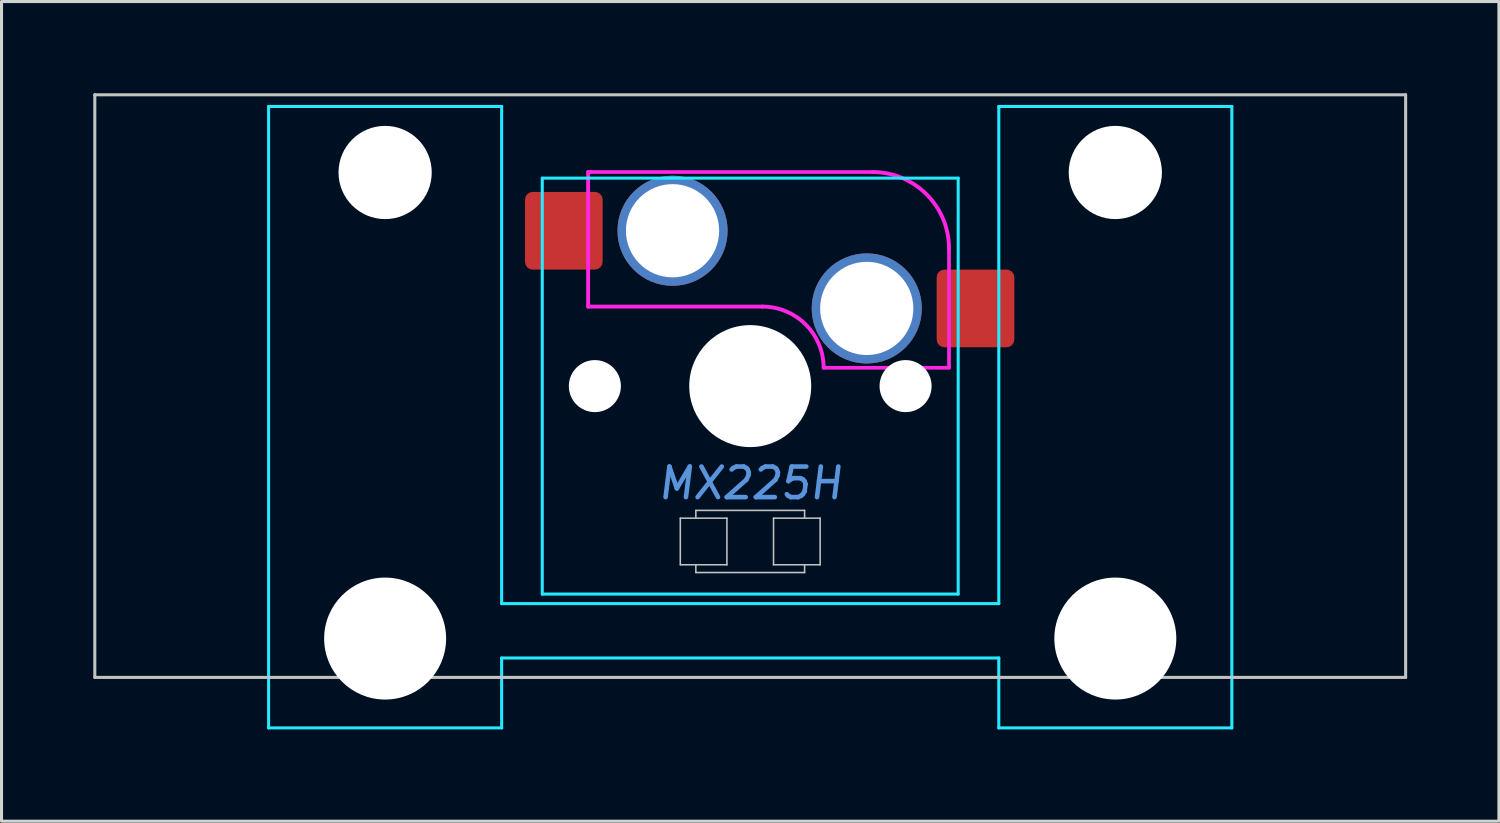
<source format=kicad_pcb>
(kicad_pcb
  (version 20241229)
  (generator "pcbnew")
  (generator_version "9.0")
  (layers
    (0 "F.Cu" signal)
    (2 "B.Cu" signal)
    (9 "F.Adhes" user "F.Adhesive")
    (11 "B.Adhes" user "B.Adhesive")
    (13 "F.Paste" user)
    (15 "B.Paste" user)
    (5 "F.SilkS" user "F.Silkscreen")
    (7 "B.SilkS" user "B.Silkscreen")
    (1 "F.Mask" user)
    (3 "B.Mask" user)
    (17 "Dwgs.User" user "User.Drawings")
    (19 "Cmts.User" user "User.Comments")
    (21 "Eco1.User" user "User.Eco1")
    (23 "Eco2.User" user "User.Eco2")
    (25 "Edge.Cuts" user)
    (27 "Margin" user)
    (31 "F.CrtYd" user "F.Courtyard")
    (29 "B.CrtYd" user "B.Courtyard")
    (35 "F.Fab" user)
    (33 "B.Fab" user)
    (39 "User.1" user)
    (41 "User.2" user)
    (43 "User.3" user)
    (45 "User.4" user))
  (footprint "MX225H"
    (layer "F.Cu")
    (at 21.481 9.575)
    (property "Reference" "MX225H" (at 0 3.175 0) (layer "Cmts.User") (effects (font (size 1 1) (thickness 0.15) (italic yes))))
    (attr smd)
    (fp_line (start -21.431 -9.525) (end -21.431 9.525) (stroke (width 0.1) (type solid)) (layer "Dwgs.User"))
    (fp_line (start -21.431 -9.525) (end 21.431 -9.525) (stroke (width 0.1) (type solid)) (layer "Dwgs.User"))
    (fp_line (start -21.431 9.525) (end 21.431 9.525) (stroke (width 0.1) (type solid)) (layer "Dwgs.User"))
    (fp_line (start -2.286 4.318) (end -0.762 4.318) (stroke (width 0.051) (type solid)) (layer "Dwgs.User"))
    (fp_line (start -2.286 5.842) (end -2.286 4.318) (stroke (width 0.051) (type solid)) (layer "Dwgs.User"))
    (fp_line (start -1.778 4.064) (end 1.778 4.064) (stroke (width 0.051) (type solid)) (layer "Dwgs.User"))
    (fp_line (start -1.778 4.318) (end -1.778 4.064) (stroke (width 0.051) (type solid)) (layer "Dwgs.User"))
    (fp_line (start -1.778 6.096) (end -1.778 5.842) (stroke (width 0.051) (type solid)) (layer "Dwgs.User"))
    (fp_line (start -0.762 4.318) (end -0.762 5.842) (stroke (width 0.051) (type solid)) (layer "Dwgs.User"))
    (fp_line (start -0.762 5.842) (end -2.286 5.842) (stroke (width 0.051) (type solid)) (layer "Dwgs.User"))
    (fp_line (start 0.762 4.318) (end 2.286 4.318) (stroke (width 0.051) (type solid)) (layer "Dwgs.User"))
    (fp_line (start 0.762 5.842) (end 0.762 4.318) (stroke (width 0.051) (type solid)) (layer "Dwgs.User"))
    (fp_line (start 1.778 4.064) (end 1.778 4.318) (stroke (width 0.051) (type solid)) (layer "Dwgs.User"))
    (fp_line (start 1.778 5.842) (end 1.778 6.096) (stroke (width 0.051) (type solid)) (layer "Dwgs.User"))
    (fp_line (start 1.778 6.096) (end -1.778 6.096) (stroke (width 0.051) (type solid)) (layer "Dwgs.User"))
    (fp_line (start 2.286 4.318) (end 2.286 5.842) (stroke (width 0.051) (type solid)) (layer "Dwgs.User"))
    (fp_line (start 2.286 5.842) (end 0.762 5.842) (stroke (width 0.051) (type solid)) (layer "Dwgs.User"))
    (fp_line (start 21.431 -9.525) (end 21.431 9.525) (stroke (width 0.1) (type solid)) (layer "Dwgs.User"))
    (fp_line (start -15.438 -5.485) (end -15.438 8.515) (stroke (width 0.1) (type solid)) (layer "Eco1.User"))
    (fp_line (start -14.938 -5.985) (end -8.938 -5.985) (stroke (width 0.1) (type solid)) (layer "Eco1.User"))
    (fp_line (start -8.938 9.015) (end -14.938 9.015) (stroke (width 0.1) (type solid)) (layer "Eco1.User"))
    (fp_line (start -8.438 8.515) (end -8.438 -5.485) (stroke (width 0.1) (type solid)) (layer "Eco1.User"))
    (fp_line (start -7 -6.5) (end -7 6.5) (stroke (width 0.1) (type solid)) (layer "Eco1.User"))
    (fp_line (start -6.5 7) (end 6.5 7) (stroke (width 0.1) (type solid)) (layer "Eco1.User"))
    (fp_line (start 6.5 -7) (end -6.5 -7) (stroke (width 0.1) (type solid)) (layer "Eco1.User"))
    (fp_line (start 7 6.5) (end 7 -6.5) (stroke (width 0.1) (type solid)) (layer "Eco1.User"))
    (fp_line (start 8.438 -5.485) (end 8.438 8.515) (stroke (width 0.1) (type solid)) (layer "Eco1.User"))
    (fp_line (start 8.938 -5.985) (end 14.938 -5.985) (stroke (width 0.1) (type solid)) (layer "Eco1.User"))
    (fp_line (start 14.938 9.015) (end 8.938 9.015) (stroke (width 0.1) (type solid)) (layer "Eco1.User"))
    (fp_line (start 15.438 8.515) (end 15.438 -5.485) (stroke (width 0.1) (type solid)) (layer "Eco1.User"))
    (fp_arc (start -15.438 -5.485) (mid -15.291553 -5.838553) (end -14.938 -5.985) (stroke (width 0.1) (type solid)) (layer "Eco1.User"))
    (fp_arc (start -14.938 9.015) (mid -15.291553 8.868553) (end -15.438 8.515) (stroke (width 0.1) (type solid)) (layer "Eco1.User"))
    (fp_arc (start -8.938 -5.985) (mid -8.584447 -5.838553) (end -8.438 -5.485) (stroke (width 0.1) (type solid)) (layer "Eco1.User"))
    (fp_arc (start -8.438 8.515) (mid -8.584447 8.868553) (end -8.938 9.015) (stroke (width 0.1) (type solid)) (layer "Eco1.User"))
    (fp_arc (start -7 -6.5) (mid -6.853553 -6.853553) (end -6.5 -7) (stroke (width 0.1) (type solid)) (layer "Eco1.User"))
    (fp_arc (start -6.5 7) (mid -6.853553 6.853553) (end -7 6.5) (stroke (width 0.1) (type solid)) (layer "Eco1.User"))
    (fp_arc (start 6.5 -7) (mid 6.853553 -6.853553) (end 7 -6.5) (stroke (width 0.1) (type solid)) (layer "Eco1.User"))
    (fp_arc (start 7 6.5) (mid 6.853553 6.853553) (end 6.5 7) (stroke (width 0.1) (type solid)) (layer "Eco1.User"))
    (fp_arc (start 8.438 -5.485) (mid 8.584447 -5.838553) (end 8.938 -5.985) (stroke (width 0.1) (type solid)) (layer "Eco1.User"))
    (fp_arc (start 8.938 9.015) (mid 8.584447 8.868553) (end 8.438 8.515) (stroke (width 0.1) (type solid)) (layer "Eco1.User"))
    (fp_arc (start 14.938 -5.985) (mid 15.291553 -5.838553) (end 15.438 -5.485) (stroke (width 0.1) (type solid)) (layer "Eco1.User"))
    (fp_arc (start 15.438 8.515) (mid 15.291553 8.868553) (end 14.938 9.015) (stroke (width 0.1) (type solid)) (layer "Eco1.User"))
    (fp_line (start -15.748 -9.144) (end -15.748 11.176) (stroke (width 0.1) (type solid)) (layer "B.CrtYd"))
    (fp_line (start -15.748 11.176) (end -8.128 11.176) (stroke (width 0.1) (type solid)) (layer "B.CrtYd"))
    (fp_line (start -8.128 -9.144) (end -15.748 -9.144) (stroke (width 0.1) (type solid)) (layer "B.CrtYd"))
    (fp_line (start -8.128 7.112) (end -8.128 -9.144) (stroke (width 0.1) (type solid)) (layer "B.CrtYd"))
    (fp_line (start -8.128 7.112) (end 8.128 7.112) (stroke (width 0.1) (type solid)) (layer "B.CrtYd"))
    (fp_line (start -8.128 8.89) (end -8.128 11.176) (stroke (width 0.1) (type solid)) (layer "B.CrtYd"))
    (fp_line (start -8.128 8.89) (end 8.128 8.89) (stroke (width 0.1) (type solid)) (layer "B.CrtYd"))
    (fp_line (start -6.8 -6.8) (end -6.8 6.8) (stroke (width 0.1) (type solid)) (layer "B.CrtYd"))
    (fp_line (start 6.8 -6.8) (end -6.8 -6.8) (stroke (width 0.1) (type solid)) (layer "B.CrtYd"))
    (fp_line (start 6.8 -6.8) (end 6.8 6.8) (stroke (width 0.1) (type solid)) (layer "B.CrtYd"))
    (fp_line (start 6.8 6.8) (end -6.8 6.8) (stroke (width 0.1) (type solid)) (layer "B.CrtYd"))
    (fp_line (start 8.128 -9.144) (end 15.748 -9.144) (stroke (width 0.1) (type solid)) (layer "B.CrtYd"))
    (fp_line (start 8.128 7.112) (end 8.128 -9.142) (stroke (width 0.1) (type solid)) (layer "B.CrtYd"))
    (fp_line (start 8.128 8.89) (end 8.128 11.176) (stroke (width 0.1) (type solid)) (layer "B.CrtYd"))
    (fp_line (start 15.748 11.176) (end 8.128 11.176) (stroke (width 0.1) (type solid)) (layer "B.CrtYd"))
    (fp_line (start 15.748 11.176) (end 15.748 -9.144) (stroke (width 0.1) (type solid)) (layer "B.CrtYd"))
    (fp_line (start -5.3 -7) (end -5.3 -2.6) (stroke (width 0.127) (type solid)) (layer "F.CrtYd"))
    (fp_line (start -5.2 -7) (end -5.3 -7) (stroke (width 0.12) (type solid)) (layer "F.CrtYd"))
    (fp_line (start 0.4 -2.6) (end -5.3 -2.6) (stroke (width 0.127) (type solid)) (layer "F.CrtYd"))
    (fp_line (start 4 -7) (end -5.2 -7) (stroke (width 0.12) (type solid)) (layer "F.CrtYd"))
    (fp_line (start 6.5 -4.5) (end 6.5 -0.6) (stroke (width 0.12) (type solid)) (layer "F.CrtYd"))
    (fp_line (start 6.5 -0.6) (end 2.4 -0.6) (stroke (width 0.12) (type solid)) (layer "F.CrtYd"))
    (fp_arc (start 0.4 -2.6) (mid 1.814214 -2.014214) (end 2.4 -0.6) (stroke (width 0.127) (type solid)) (layer "F.CrtYd"))
    (fp_arc (start 4 -7) (mid 5.767767 -6.267767) (end 6.5 -4.5) (stroke (width 0.127) (type solid)) (layer "F.CrtYd"))
    (pad "" np_thru_hole circle (at -11.938 -6.985) (size 3.048 3.048) (drill 3.048) (layers "*.Cu" "*.Mask"))
    (pad "" np_thru_hole circle (at -11.938 8.255) (size 3.988 3.988) (drill 3.988) (layers "*.Cu" "*.Mask"))
    (pad "" np_thru_hole circle (at -5.08 0) (size 1.702 1.702) (drill 1.702) (layers "*.Cu" "*.Mask"))
    (pad "" thru_hole circle (at -2.54 -5.08) (size 3.6 3.6) (drill 3.048) (layers "*.Cu" "*.Mask"))
    (pad "" np_thru_hole circle (at 0 0) (size 3.988 3.988) (drill 3.988) (layers "*.Cu" "*.Mask"))
    (pad "" thru_hole circle (at 3.81 -2.54) (size 3.6 3.6) (drill 3.048) (layers "*.Cu" "*.Mask"))
    (pad "" np_thru_hole circle (at 5.08 0) (size 1.702 1.702) (drill 1.702) (layers "*.Cu" "*.Mask"))
    (pad "" np_thru_hole circle (at 11.938 -6.985) (size 3.048 3.048) (drill 3.048) (layers "*.Cu" "*.Mask"))
    (pad "" np_thru_hole circle (at 11.938 8.255) (size 3.988 3.988) (drill 3.988) (layers "*.Cu" "*.Mask"))
    (pad "1" smd roundrect (at -6.096 -5.08) (size 2.54 2.54) (layers "F.Cu" "F.Mask") (roundrect_rratio 0.1))
    (pad "2" smd roundrect (at 7.366 -2.54) (size 2.54 2.54) (layers "F.Cu" "F.Mask") (roundrect_rratio 0.1)))
  (gr_rect
    (start -3 -3)
    (end 45.962 23.801)
    (stroke (width 0.1) (type default))
    (fill no)
    (layer "Edge.Cuts")))
</source>
